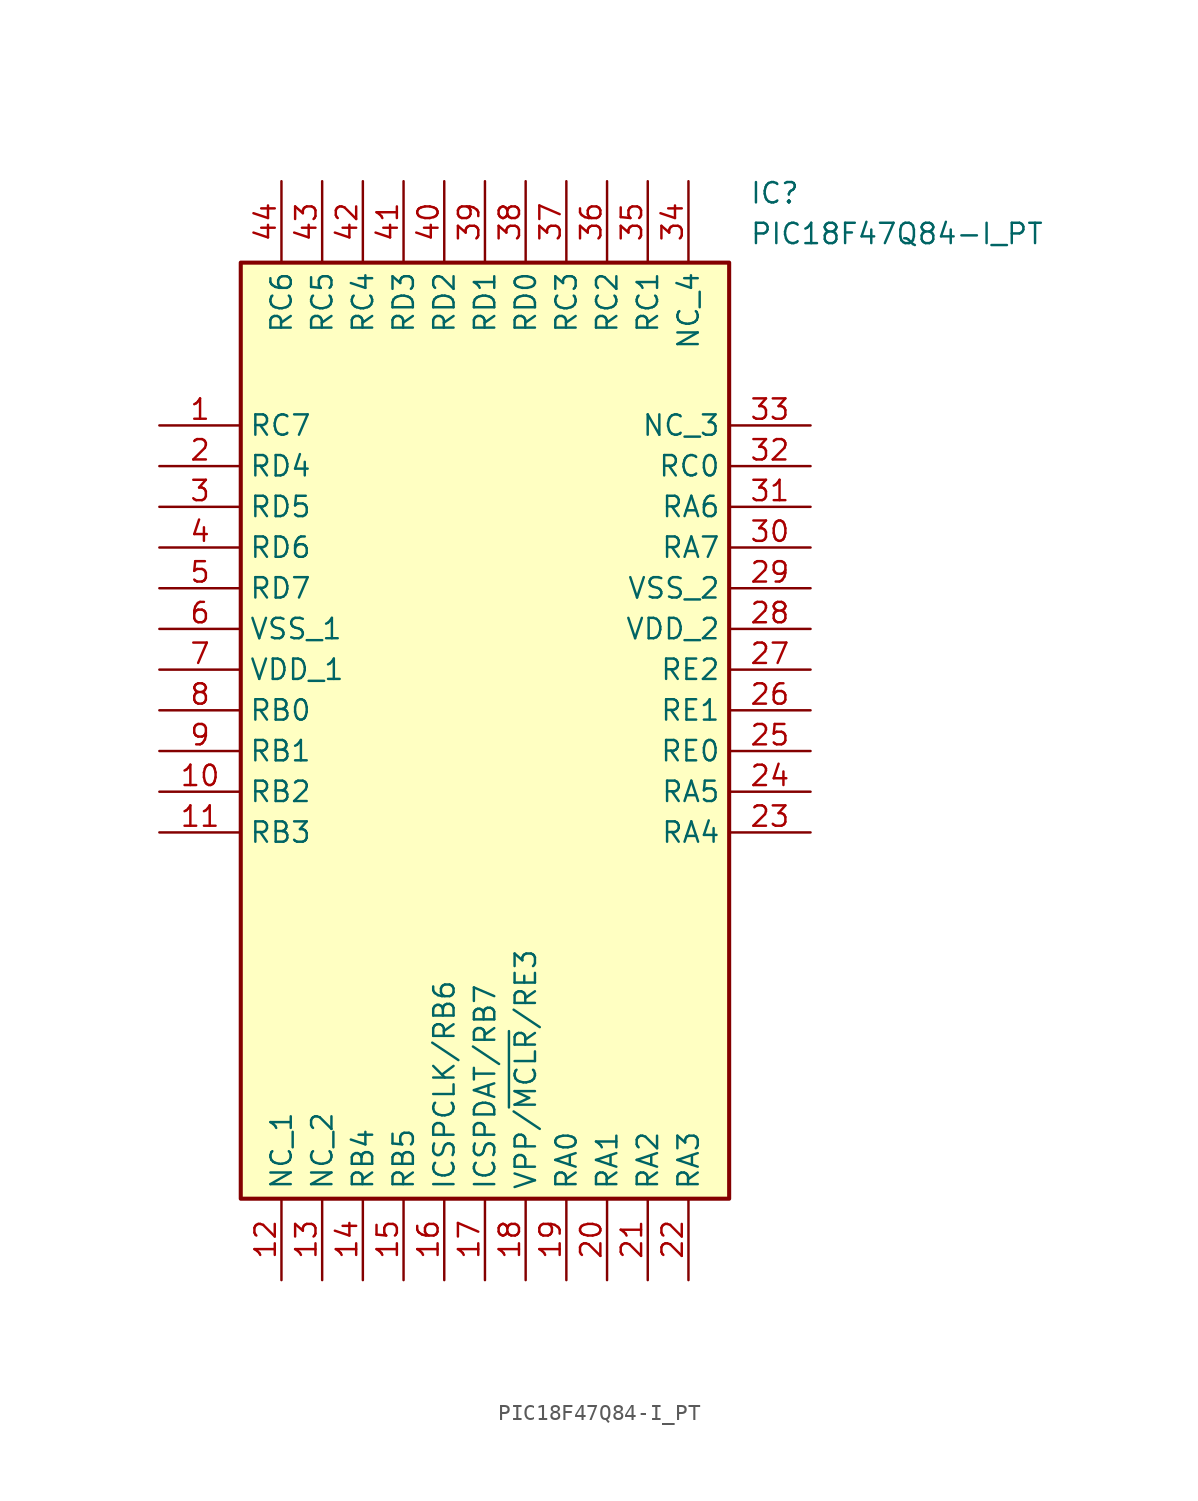
<source format=kicad_sym>
(kicad_symbol_lib
  (version 20211014)
  (generator SamacSys_ECAD_Model)
  (symbol "PIC18F47Q84-I_PT"
    (property "Reference" "IC"
      (at 36.83 15.24 0)
      (effects (font (size 1.27 1.27)) (justify left top)))
    (property "Value" "PIC18F47Q84-I_PT"
      (at 36.83 12.7 0)
      (effects (font (size 1.27 1.27)) (justify left top)))
    (rectangle
      (start 5.08 10.16)
      (end 35.56 -48.26)
      (stroke (width 0.254) (type default))
      (fill (type background)))
    (pin passive line
      (at 0 0 0)
      (length 5.08)
      (name "RC7" (effects (font (size 1.27 1.27))))
      (number "1" (effects (font (size 1.27 1.27)))))
    (pin passive line
      (at 0 -2.54 0)
      (length 5.08)
      (name "RD4" (effects (font (size 1.27 1.27))))
      (number "2" (effects (font (size 1.27 1.27)))))
    (pin passive line
      (at 0 -5.08 0)
      (length 5.08)
      (name "RD5" (effects (font (size 1.27 1.27))))
      (number "3" (effects (font (size 1.27 1.27)))))
    (pin passive line
      (at 0 -7.62 0)
      (length 5.08)
      (name "RD6" (effects (font (size 1.27 1.27))))
      (number "4" (effects (font (size 1.27 1.27)))))
    (pin passive line
      (at 0 -10.16 0)
      (length 5.08)
      (name "RD7" (effects (font (size 1.27 1.27))))
      (number "5" (effects (font (size 1.27 1.27)))))
    (pin passive line
      (at 0 -12.7 0)
      (length 5.08)
      (name "VSS_1" (effects (font (size 1.27 1.27))))
      (number "6" (effects (font (size 1.27 1.27)))))
    (pin passive line
      (at 0 -15.24 0)
      (length 5.08)
      (name "VDD_1" (effects (font (size 1.27 1.27))))
      (number "7" (effects (font (size 1.27 1.27)))))
    (pin passive line
      (at 0 -17.78 0)
      (length 5.08)
      (name "RB0" (effects (font (size 1.27 1.27))))
      (number "8" (effects (font (size 1.27 1.27)))))
    (pin passive line
      (at 0 -20.32 0)
      (length 5.08)
      (name "RB1" (effects (font (size 1.27 1.27))))
      (number "9" (effects (font (size 1.27 1.27)))))
    (pin passive line
      (at 0 -22.86 0)
      (length 5.08)
      (name "RB2" (effects (font (size 1.27 1.27))))
      (number "10" (effects (font (size 1.27 1.27)))))
    (pin passive line
      (at 0 -25.4 0)
      (length 5.08)
      (name "RB3" (effects (font (size 1.27 1.27))))
      (number "11" (effects (font (size 1.27 1.27)))))
    (pin passive line
      (at 7.62 -53.34 90)
      (length 5.08)
      (name "NC_1" (effects (font (size 1.27 1.27))))
      (number "12" (effects (font (size 1.27 1.27)))))
    (pin passive line
      (at 10.16 -53.34 90)
      (length 5.08)
      (name "NC_2" (effects (font (size 1.27 1.27))))
      (number "13" (effects (font (size 1.27 1.27)))))
    (pin passive line
      (at 12.7 -53.34 90)
      (length 5.08)
      (name "RB4" (effects (font (size 1.27 1.27))))
      (number "14" (effects (font (size 1.27 1.27)))))
    (pin passive line
      (at 15.24 -53.34 90)
      (length 5.08)
      (name "RB5" (effects (font (size 1.27 1.27))))
      (number "15" (effects (font (size 1.27 1.27)))))
    (pin passive line
      (at 17.78 -53.34 90)
      (length 5.08)
      (name "ICSPCLK/RB6" (effects (font (size 1.27 1.27))))
      (number "16" (effects (font (size 1.27 1.27)))))
    (pin passive line
      (at 20.32 -53.34 90)
      (length 5.08)
      (name "ICSPDAT/RB7" (effects (font (size 1.27 1.27))))
      (number "17" (effects (font (size 1.27 1.27)))))
    (pin passive line
      (at 22.86 -53.34 90)
      (length 5.08)
      (name "VPP/~{MCLR}/RE3" (effects (font (size 1.27 1.27))))
      (number "18" (effects (font (size 1.27 1.27)))))
    (pin passive line
      (at 25.4 -53.34 90)
      (length 5.08)
      (name "RA0" (effects (font (size 1.27 1.27))))
      (number "19" (effects (font (size 1.27 1.27)))))
    (pin passive line
      (at 27.94 -53.34 90)
      (length 5.08)
      (name "RA1" (effects (font (size 1.27 1.27))))
      (number "20" (effects (font (size 1.27 1.27)))))
    (pin passive line
      (at 30.48 -53.34 90)
      (length 5.08)
      (name "RA2" (effects (font (size 1.27 1.27))))
      (number "21" (effects (font (size 1.27 1.27)))))
    (pin passive line
      (at 33.02 -53.34 90)
      (length 5.08)
      (name "RA3" (effects (font (size 1.27 1.27))))
      (number "22" (effects (font (size 1.27 1.27)))))
    (pin passive line
      (at 40.64 0 180)
      (length 5.08)
      (name "NC_3" (effects (font (size 1.27 1.27))))
      (number "33" (effects (font (size 1.27 1.27)))))
    (pin passive line
      (at 40.64 -2.54 180)
      (length 5.08)
      (name "RC0" (effects (font (size 1.27 1.27))))
      (number "32" (effects (font (size 1.27 1.27)))))
    (pin passive line
      (at 40.64 -5.08 180)
      (length 5.08)
      (name "RA6" (effects (font (size 1.27 1.27))))
      (number "31" (effects (font (size 1.27 1.27)))))
    (pin passive line
      (at 40.64 -7.62 180)
      (length 5.08)
      (name "RA7" (effects (font (size 1.27 1.27))))
      (number "30" (effects (font (size 1.27 1.27)))))
    (pin passive line
      (at 40.64 -10.16 180)
      (length 5.08)
      (name "VSS_2" (effects (font (size 1.27 1.27))))
      (number "29" (effects (font (size 1.27 1.27)))))
    (pin passive line
      (at 40.64 -12.7 180)
      (length 5.08)
      (name "VDD_2" (effects (font (size 1.27 1.27))))
      (number "28" (effects (font (size 1.27 1.27)))))
    (pin passive line
      (at 40.64 -15.24 180)
      (length 5.08)
      (name "RE2" (effects (font (size 1.27 1.27))))
      (number "27" (effects (font (size 1.27 1.27)))))
    (pin passive line
      (at 40.64 -17.78 180)
      (length 5.08)
      (name "RE1" (effects (font (size 1.27 1.27))))
      (number "26" (effects (font (size 1.27 1.27)))))
    (pin passive line
      (at 40.64 -20.32 180)
      (length 5.08)
      (name "RE0" (effects (font (size 1.27 1.27))))
      (number "25" (effects (font (size 1.27 1.27)))))
    (pin passive line
      (at 40.64 -22.86 180)
      (length 5.08)
      (name "RA5" (effects (font (size 1.27 1.27))))
      (number "24" (effects (font (size 1.27 1.27)))))
    (pin passive line
      (at 40.64 -25.4 180)
      (length 5.08)
      (name "RA4" (effects (font (size 1.27 1.27))))
      (number "23" (effects (font (size 1.27 1.27)))))
    (pin passive line
      (at 7.62 15.24 270)
      (length 5.08)
      (name "RC6" (effects (font (size 1.27 1.27))))
      (number "44" (effects (font (size 1.27 1.27)))))
    (pin passive line
      (at 10.16 15.24 270)
      (length 5.08)
      (name "RC5" (effects (font (size 1.27 1.27))))
      (number "43" (effects (font (size 1.27 1.27)))))
    (pin passive line
      (at 12.7 15.24 270)
      (length 5.08)
      (name "RC4" (effects (font (size 1.27 1.27))))
      (number "42" (effects (font (size 1.27 1.27)))))
    (pin passive line
      (at 15.24 15.24 270)
      (length 5.08)
      (name "RD3" (effects (font (size 1.27 1.27))))
      (number "41" (effects (font (size 1.27 1.27)))))
    (pin passive line
      (at 17.78 15.24 270)
      (length 5.08)
      (name "RD2" (effects (font (size 1.27 1.27))))
      (number "40" (effects (font (size 1.27 1.27)))))
    (pin passive line
      (at 20.32 15.24 270)
      (length 5.08)
      (name "RD1" (effects (font (size 1.27 1.27))))
      (number "39" (effects (font (size 1.27 1.27)))))
    (pin passive line
      (at 22.86 15.24 270)
      (length 5.08)
      (name "RD0" (effects (font (size 1.27 1.27))))
      (number "38" (effects (font (size 1.27 1.27)))))
    (pin passive line
      (at 25.4 15.24 270)
      (length 5.08)
      (name "RC3" (effects (font (size 1.27 1.27))))
      (number "37" (effects (font (size 1.27 1.27)))))
    (pin passive line
      (at 27.94 15.24 270)
      (length 5.08)
      (name "RC2" (effects (font (size 1.27 1.27))))
      (number "36" (effects (font (size 1.27 1.27)))))
    (pin passive line
      (at 30.48 15.24 270)
      (length 5.08)
      (name "RC1" (effects (font (size 1.27 1.27))))
      (number "35" (effects (font (size 1.27 1.27)))))
    (pin passive line
      (at 33.02 15.24 270)
      (length 5.08)
      (name "NC_4" (effects (font (size 1.27 1.27))))
      (number "34" (effects (font (size 1.27 1.27)))))))
</source>
